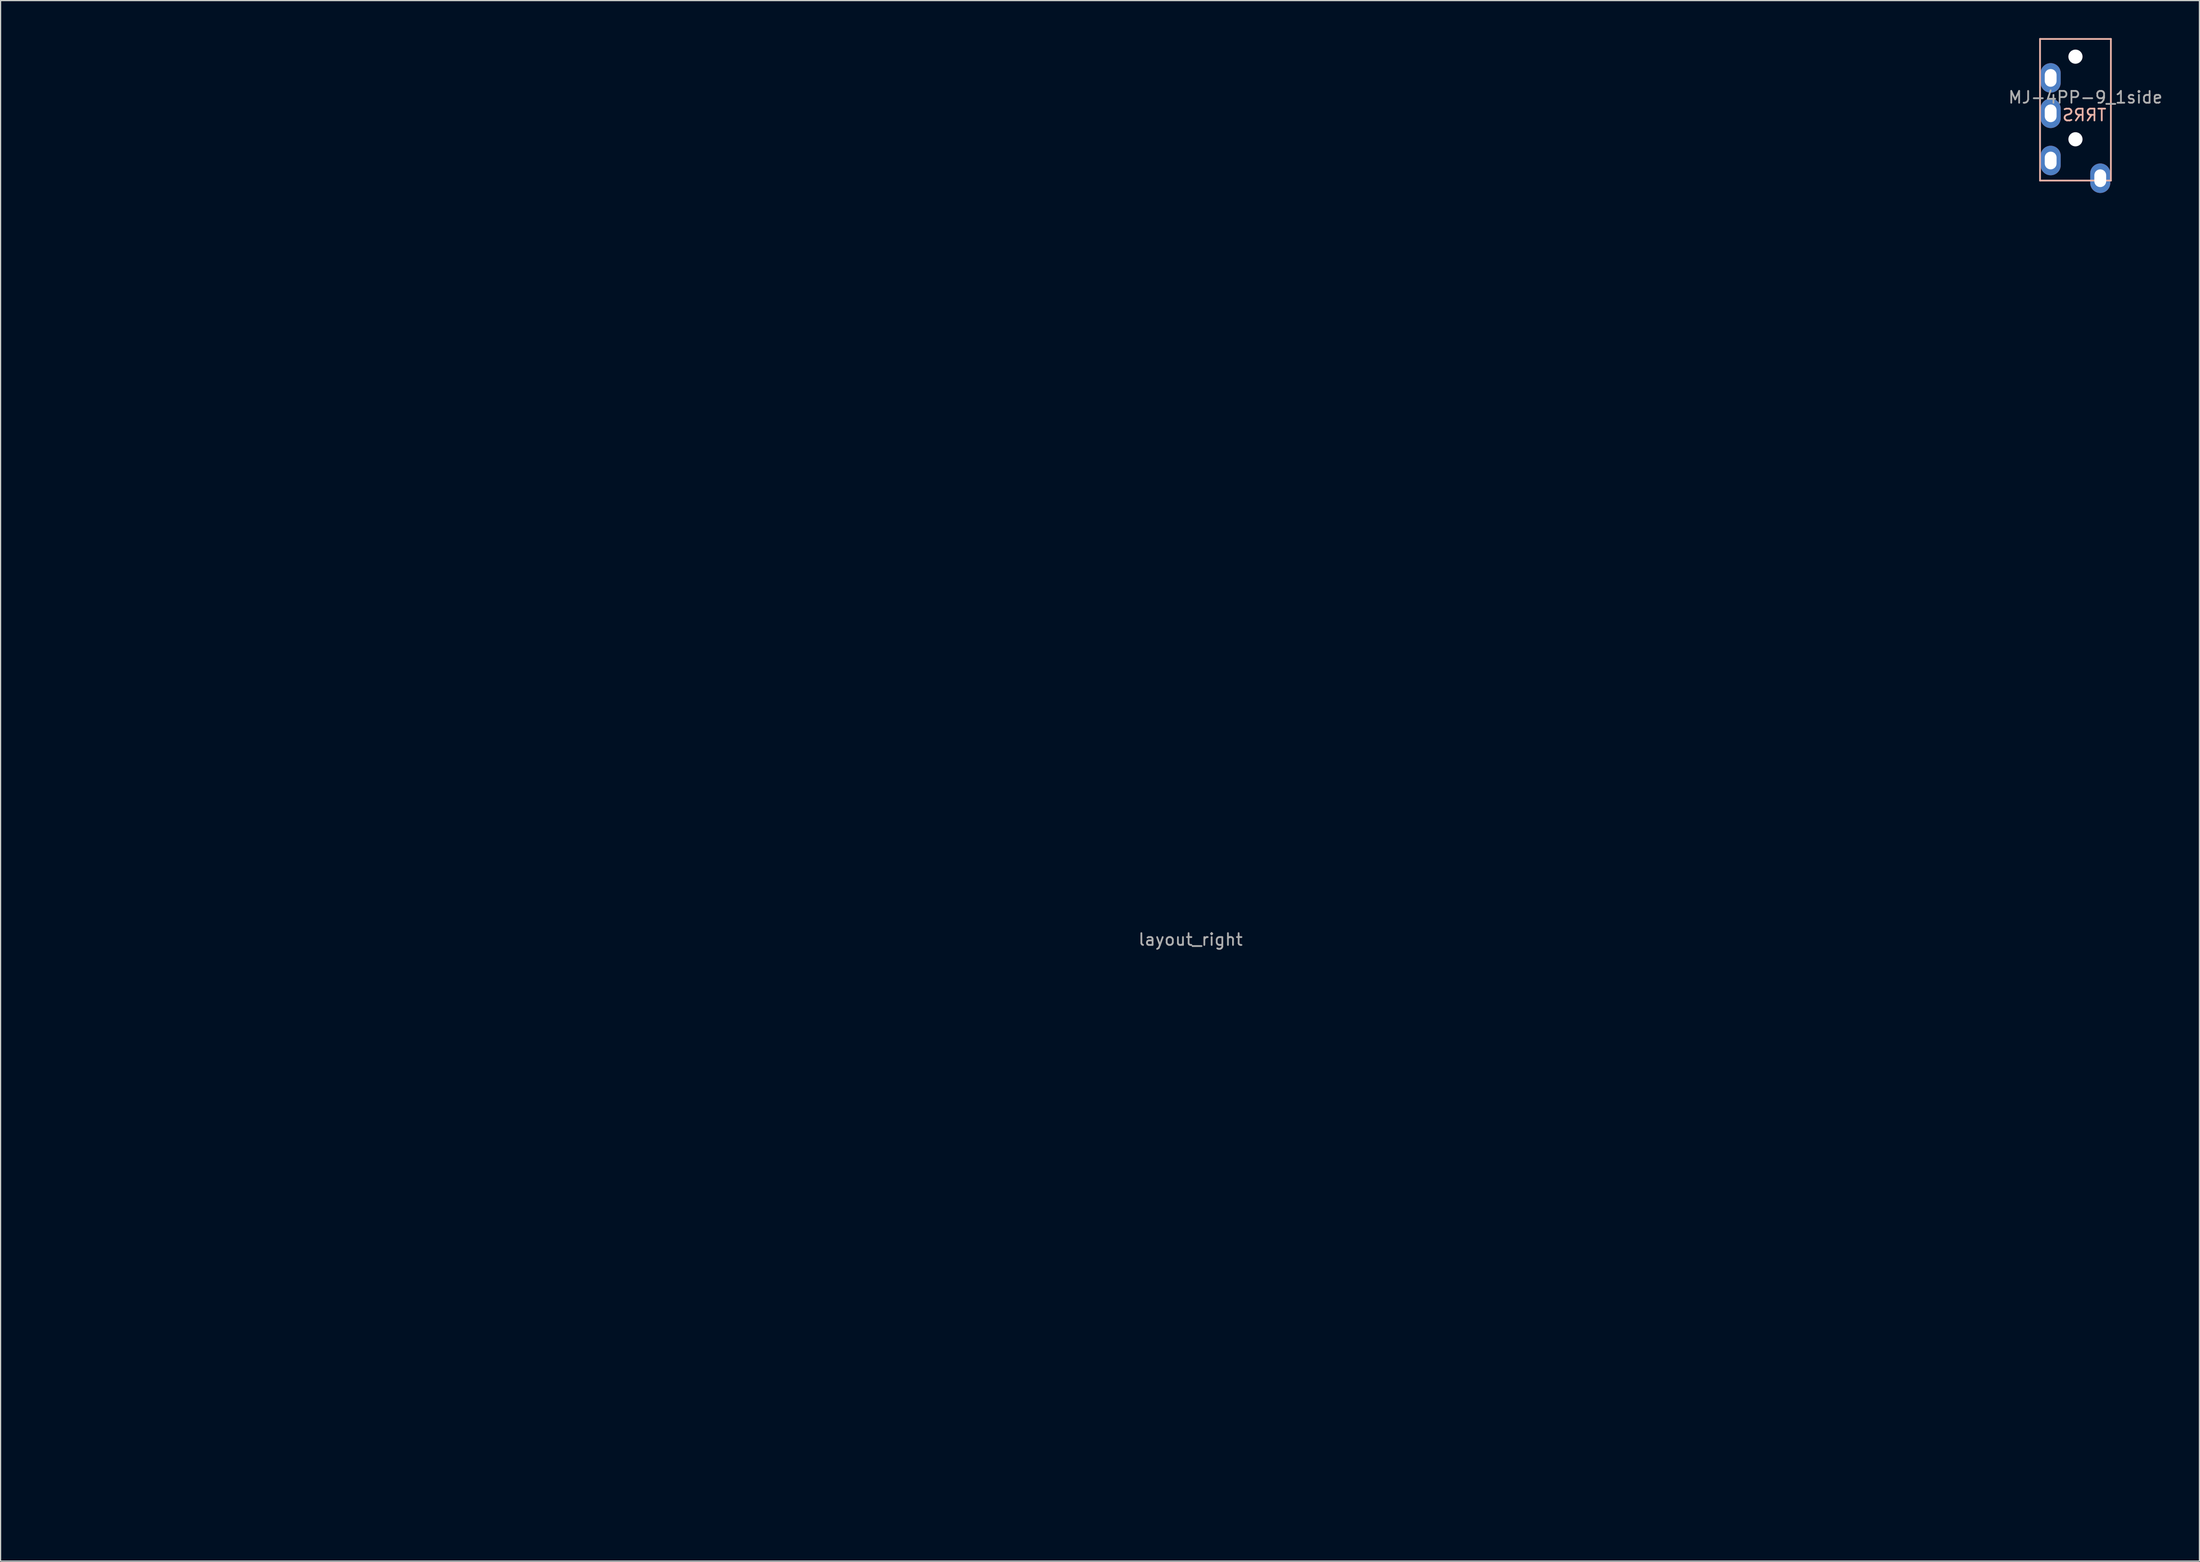
<source format=kicad_pcb>
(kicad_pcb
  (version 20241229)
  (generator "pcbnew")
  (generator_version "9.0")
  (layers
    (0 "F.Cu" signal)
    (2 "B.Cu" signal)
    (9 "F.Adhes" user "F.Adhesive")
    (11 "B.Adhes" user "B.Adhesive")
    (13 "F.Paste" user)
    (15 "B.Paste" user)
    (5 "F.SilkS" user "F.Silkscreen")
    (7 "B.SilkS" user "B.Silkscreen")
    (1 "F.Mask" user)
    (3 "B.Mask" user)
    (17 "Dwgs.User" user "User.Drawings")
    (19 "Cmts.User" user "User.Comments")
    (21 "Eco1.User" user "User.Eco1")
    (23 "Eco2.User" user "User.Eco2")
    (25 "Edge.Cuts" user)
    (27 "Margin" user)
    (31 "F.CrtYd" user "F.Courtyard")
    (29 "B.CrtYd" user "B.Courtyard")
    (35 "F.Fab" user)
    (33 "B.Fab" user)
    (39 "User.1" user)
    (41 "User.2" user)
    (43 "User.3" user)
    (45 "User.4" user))
  (footprint "MJ-4PP-9_1side"
    (layer "F.Cu")
    (at 172.712 0.25)
    (property "Reference" "MJ-4PP-9_1side" (at 0.85 4.95 180) (layer "F.Fab") (effects (font (size 1 1) (thickness 0.15))))
    (attr through_hole)
    (fp_line (start -3 0) (end -3 12) (stroke (width 0.15) (type solid)) (layer "B.SilkS"))
    (fp_line (start -3 12) (end 3 12) (stroke (width 0.15) (type solid)) (layer "B.SilkS"))
    (fp_line (start 3 0) (end -3 0) (stroke (width 0.15) (type solid)) (layer "B.SilkS"))
    (fp_line (start 3 12) (end 3 0) (stroke (width 0.15) (type solid)) (layer "B.SilkS"))
    (fp_text user "TRRS" (at 0.75 6.45 180) (layer "B.SilkS") (effects (font (size 1 1) (thickness 0.15)) (justify mirror)))
    (pad "" np_thru_hole circle (at 0 1.5 180) (size 1.2 1.2) (drill 1.2) (layers "*.Cu" "*.Mask"))
    (pad "" np_thru_hole circle (at 0 8.5 180) (size 1.2 1.2) (drill 1.2) (layers "*.Cu" "*.Mask"))
    (pad "A" thru_hole oval (at 2.1 11.8 180) (size 1.7 2.5) (drill oval 1 1.5) (layers "*.Cu" "*.Mask"))
    (pad "B" thru_hole oval (at -2.1 3.3 180) (size 1.7 2.5) (drill oval 1 1.5) (layers "*.Cu" "*.Mask"))
    (pad "C" thru_hole oval (at -2.1 6.3 180) (size 1.7 2.5) (drill oval 1 1.5) (layers "*.Cu" "*.Mask"))
    (pad "D" thru_hole oval (at -2.1 10.3 180) (size 1.7 2.5) (drill oval 1 1.5) (layers "*.Cu" "*.Mask")))
  (footprint "layout_right"
    (layer "F.Cu")
    (at 97.773 77.153)
    (property "Reference" "layout_right" (at 0 -0.595 0) (layer "F.Fab") (effects (font (size 1 1) (thickness 0.15))))
    (attr exclude_from_pos_files exclude_from_bom)
    (fp_line (start -97.713 19.821) (end -85.468 34.414) (stroke (width 0.12) (type solid)) (layer "Eco1.User"))
    (fp_line (start -88.274 -61.81) (end -84.966 -43.05) (stroke (width 0.12) (type solid)) (layer "Eco1.User"))
    (fp_line (start -85.468 34.414) (end -73.223 49.007) (stroke (width 0.12) (type solid)) (layer "Eco1.User"))
    (fp_line (start -85.468 34.414) (end -70.875 22.169) (stroke (width 0.12) (type solid)) (layer "Eco1.User"))
    (fp_line (start -84.966 -43.05) (end -75.586 -44.704) (stroke (width 0.12) (type solid)) (layer "Eco1.User"))
    (fp_line (start -83.12 7.576) (end -97.713 19.821) (stroke (width 0.12) (type solid)) (layer "Eco1.User"))
    (fp_line (start -83.12 7.576) (end -70.875 22.169) (stroke (width 0.12) (type solid)) (layer "Eco1.User"))
    (fp_line (start -78.35 -5.529) (end -75.042 13.232) (stroke (width 0.12) (type solid)) (layer "Eco1.User"))
    (fp_line (start -75.586 -44.704) (end -72.278 -25.943) (stroke (width 0.12) (type solid)) (layer "Eco1.User"))
    (fp_line (start -75.042 13.232) (end -56.282 9.924) (stroke (width 0.12) (type solid)) (layer "Eco1.User"))
    (fp_line (start -73.223 49.007) (end -58.63 36.762) (stroke (width 0.12) (type solid)) (layer "Eco1.User"))
    (fp_line (start -72.278 -25.943) (end -68.97 -7.183) (stroke (width 0.12) (type solid)) (layer "Eco1.User"))
    (fp_line (start -70.875 22.169) (end -58.63 36.762) (stroke (width 0.12) (type solid)) (layer "Eco1.User"))
    (fp_line (start -69.514 -65.118) (end -88.274 -61.81) (stroke (width 0.12) (type solid)) (layer "Eco1.User"))
    (fp_line (start -69.514 -65.118) (end -66.206 -46.358) (stroke (width 0.12) (type solid)) (layer "Eco1.User"))
    (fp_line (start -59.59 -8.837) (end -78.35 -5.529) (stroke (width 0.12) (type solid)) (layer "Eco1.User"))
    (fp_line (start -59.59 -8.837) (end -56.282 9.924) (stroke (width 0.12) (type solid)) (layer "Eco1.User"))
    (fp_line (start -58.63 36.762) (end -44.037 24.517) (stroke (width 0.12) (type solid)) (layer "Eco1.User"))
    (fp_line (start -56.825 -48.012) (end -75.586 -44.704) (stroke (width 0.12) (type solid)) (layer "Eco1.User"))
    (fp_line (start -56.825 -48.012) (end -53.517 -29.251) (stroke (width 0.12) (type solid)) (layer "Eco1.User"))
    (fp_line (start -56.282 9.924) (end -70.875 22.169) (stroke (width 0.12) (type solid)) (layer "Eco1.User"))
    (fp_line (start -56.282 9.924) (end -44.037 24.517) (stroke (width 0.12) (type solid)) (layer "Eco1.User"))
    (fp_line (start -56.282 9.924) (end -37.521 6.616) (stroke (width 0.12) (type solid)) (layer "Eco1.User"))
    (fp_line (start -53.517 -29.251) (end -72.278 -25.943) (stroke (width 0.12) (type solid)) (layer "Eco1.User"))
    (fp_line (start -53.517 -29.251) (end -50.209 -10.491) (stroke (width 0.12) (type solid)) (layer "Eco1.User"))
    (fp_line (start -50.753 -68.426) (end -69.514 -65.118) (stroke (width 0.12) (type solid)) (layer "Eco1.User"))
    (fp_line (start -50.753 -68.426) (end -47.445 -49.666) (stroke (width 0.12) (type solid)) (layer "Eco1.User"))
    (fp_line (start -46.901 8.27) (end -43.593 27.031) (stroke (width 0.12) (type solid)) (layer "Eco1.User"))
    (fp_line (start -43.593 27.031) (end -20.143 22.896) (stroke (width 0.12) (type solid)) (layer "Eco1.User"))
    (fp_line (start -40.829 -12.145) (end -59.59 -8.837) (stroke (width 0.12) (type solid)) (layer "Eco1.User"))
    (fp_line (start -40.829 -12.145) (end -37.521 6.616) (stroke (width 0.12) (type solid)) (layer "Eco1.User"))
    (fp_line (start -38.065 -51.32) (end -56.825 -48.012) (stroke (width 0.12) (type solid)) (layer "Eco1.User"))
    (fp_line (start -38.065 -51.32) (end -34.757 -32.559) (stroke (width 0.12) (type solid)) (layer "Eco1.User"))
    (fp_line (start -37.521 6.616) (end -18.761 3.308) (stroke (width 0.12) (type solid)) (layer "Eco1.User"))
    (fp_line (start -34.757 -32.559) (end -53.517 -29.251) (stroke (width 0.12) (type solid)) (layer "Eco1.User"))
    (fp_line (start -34.757 -32.559) (end -31.449 -13.799) (stroke (width 0.12) (type solid)) (layer "Eco1.User"))
    (fp_line (start -31.993 -71.734) (end -50.753 -68.426) (stroke (width 0.12) (type solid)) (layer "Eco1.User"))
    (fp_line (start -31.993 -71.734) (end -28.685 -52.974) (stroke (width 0.12) (type solid)) (layer "Eco1.User"))
    (fp_line (start -23.451 4.135) (end -20.143 22.896) (stroke (width 0.12) (type solid)) (layer "Eco1.User"))
    (fp_line (start -22.069 -15.453) (end -40.829 -12.145) (stroke (width 0.12) (type solid)) (layer "Eco1.User"))
    (fp_line (start -22.069 -15.453) (end -18.761 3.308) (stroke (width 0.12) (type solid)) (layer "Eco1.User"))
    (fp_line (start -20.143 22.896) (end 3.308 18.761) (stroke (width 0.12) (type solid)) (layer "Eco1.User"))
    (fp_line (start -19.304 -54.628) (end -38.065 -51.32) (stroke (width 0.12) (type solid)) (layer "Eco1.User"))
    (fp_line (start -19.304 -54.628) (end -15.996 -35.867) (stroke (width 0.12) (type solid)) (layer "Eco1.User"))
    (fp_line (start -18.761 3.308) (end 0 0) (stroke (width 0.12) (type solid)) (layer "Eco1.User"))
    (fp_line (start -15.996 -35.867) (end -34.757 -32.559) (stroke (width 0.12) (type solid)) (layer "Eco1.User"))
    (fp_line (start -15.996 -35.867) (end -12.688 -17.107) (stroke (width 0.12) (type solid)) (layer "Eco1.User"))
    (fp_line (start -13.232 -75.042) (end -31.993 -71.734) (stroke (width 0.12) (type solid)) (layer "Eco1.User"))
    (fp_line (start -13.232 -75.042) (end -9.924 -56.282) (stroke (width 0.12) (type solid)) (layer "Eco1.User"))
    (fp_line (start -10.12 -77.093) (end -10.12 -58.043) (stroke (width 0.12) (type solid)) (layer "Eco1.User"))
    (fp_line (start -10.12 -58.043) (end 8.93 -58.043) (stroke (width 0.12) (type solid)) (layer "Eco1.User"))
    (fp_line (start -3.308 -18.761) (end -22.069 -15.453) (stroke (width 0.12) (type solid)) (layer "Eco1.User"))
    (fp_line (start -3.308 -18.761) (end 0 0) (stroke (width 0.12) (type solid)) (layer "Eco1.User"))
    (fp_line (start -0.544 -57.936) (end -19.304 -54.628) (stroke (width 0.12) (type solid)) (layer "Eco1.User"))
    (fp_line (start -0.544 -57.936) (end 2.764 -39.175) (stroke (width 0.12) (type solid)) (layer "Eco1.User"))
    (fp_line (start 0 -19.05) (end 0 0) (stroke (width 0.12) (type solid)) (layer "Eco1.User"))
    (fp_line (start 0 0) (end 3.308 18.761) (stroke (width 0.12) (type solid)) (layer "Eco1.User"))
    (fp_line (start 0 0) (end 19.05 0) (stroke (width 0.12) (type solid)) (layer "Eco1.User"))
    (fp_line (start 2.764 -39.175) (end -15.996 -35.867) (stroke (width 0.12) (type solid)) (layer "Eco1.User"))
    (fp_line (start 2.764 -39.175) (end 6.072 -20.415) (stroke (width 0.12) (type solid)) (layer "Eco1.User"))
    (fp_line (start 2.977 -57.15) (end 2.977 -38.1) (stroke (width 0.12) (type solid)) (layer "Eco1.User"))
    (fp_line (start 2.977 -38.1) (end 22.027 -38.1) (stroke (width 0.12) (type solid)) (layer "Eco1.User"))
    (fp_line (start 4.763 0) (end 4.763 19.05) (stroke (width 0.12) (type solid)) (layer "Eco1.User"))
    (fp_line (start 4.763 19.05) (end 23.812 19.05) (stroke (width 0.12) (type solid)) (layer "Eco1.User"))
    (fp_line (start 6.072 -20.415) (end -3.308 -18.761) (stroke (width 0.12) (type solid)) (layer "Eco1.User"))
    (fp_line (start 6.251 -38.1) (end 6.251 -19.05) (stroke (width 0.12) (type solid)) (layer "Eco1.User"))
    (fp_line (start 6.251 -19.05) (end 0 -19.05) (stroke (width 0.12) (type solid)) (layer "Eco1.User"))
    (fp_line (start 6.251 -19.05) (end 25.301 -19.05) (stroke (width 0.12) (type solid)) (layer "Eco1.User"))
    (fp_line (start 8.93 -77.093) (end -10.12 -77.093) (stroke (width 0.12) (type solid)) (layer "Eco1.User"))
    (fp_line (start 8.93 -77.093) (end 8.93 -58.043) (stroke (width 0.12) (type solid)) (layer "Eco1.User"))
    (fp_line (start 8.93 -76.2) (end 8.93 -57.15) (stroke (width 0.12) (type solid)) (layer "Eco1.User"))
    (fp_line (start 8.93 -57.15) (end 27.98 -57.15) (stroke (width 0.12) (type solid)) (layer "Eco1.User"))
    (fp_line (start 19.05 -19.05) (end 19.05 0) (stroke (width 0.12) (type solid)) (layer "Eco1.User"))
    (fp_line (start 22.027 -57.15) (end 2.977 -57.15) (stroke (width 0.12) (type solid)) (layer "Eco1.User"))
    (fp_line (start 22.027 -57.15) (end 22.027 -38.1) (stroke (width 0.12) (type solid)) (layer "Eco1.User"))
    (fp_line (start 22.027 -38.1) (end 41.077 -38.1) (stroke (width 0.12) (type solid)) (layer "Eco1.User"))
    (fp_line (start 23.812 0) (end 4.763 0) (stroke (width 0.12) (type solid)) (layer "Eco1.User"))
    (fp_line (start 23.812 0) (end 23.812 19.05) (stroke (width 0.12) (type solid)) (layer "Eco1.User"))
    (fp_line (start 23.812 0) (end 47.625 0) (stroke (width 0.12) (type solid)) (layer "Eco1.User"))
    (fp_line (start 23.812 19.05) (end 47.625 19.05) (stroke (width 0.12) (type solid)) (layer "Eco1.User"))
    (fp_line (start 25.301 -38.1) (end 6.251 -38.1) (stroke (width 0.12) (type solid)) (layer "Eco1.User"))
    (fp_line (start 25.301 -38.1) (end 25.301 -19.05) (stroke (width 0.12) (type solid)) (layer "Eco1.User"))
    (fp_line (start 25.301 -19.05) (end 44.351 -19.05) (stroke (width 0.12) (type solid)) (layer "Eco1.User"))
    (fp_line (start 27.98 -76.2) (end 8.93 -76.2) (stroke (width 0.12) (type solid)) (layer "Eco1.User"))
    (fp_line (start 27.98 -76.2) (end 27.98 -57.15) (stroke (width 0.12) (type solid)) (layer "Eco1.User"))
    (fp_line (start 27.98 -57.15) (end 47.03 -57.15) (stroke (width 0.12) (type solid)) (layer "Eco1.User"))
    (fp_line (start 38.1 -19.05) (end 38.1 0) (stroke (width 0.12) (type solid)) (layer "Eco1.User"))
    (fp_line (start 41.077 -57.15) (end 22.027 -57.15) (stroke (width 0.12) (type solid)) (layer "Eco1.User"))
    (fp_line (start 41.077 -57.15) (end 41.077 -38.1) (stroke (width 0.12) (type solid)) (layer "Eco1.User"))
    (fp_line (start 41.077 -38.1) (end 60.127 -38.1) (stroke (width 0.12) (type solid)) (layer "Eco1.User"))
    (fp_line (start 44.351 -38.1) (end 25.301 -38.1) (stroke (width 0.12) (type solid)) (layer "Eco1.User"))
    (fp_line (start 44.351 -38.1) (end 44.351 -19.05) (stroke (width 0.12) (type solid)) (layer "Eco1.User"))
    (fp_line (start 44.351 -19.05) (end 63.401 -19.05) (stroke (width 0.12) (type solid)) (layer "Eco1.User"))
    (fp_line (start 47.03 -76.2) (end 27.98 -76.2) (stroke (width 0.12) (type solid)) (layer "Eco1.User"))
    (fp_line (start 47.03 -76.2) (end 47.03 -57.15) (stroke (width 0.12) (type solid)) (layer "Eco1.User"))
    (fp_line (start 47.03 -57.15) (end 66.08 -57.15) (stroke (width 0.12) (type solid)) (layer "Eco1.User"))
    (fp_line (start 47.625 0) (end 47.625 19.05) (stroke (width 0.12) (type solid)) (layer "Eco1.User"))
    (fp_line (start 57.15 -19.05) (end 57.15 0) (stroke (width 0.12) (type solid)) (layer "Eco1.User"))
    (fp_line (start 57.15 0) (end 47.625 0) (stroke (width 0.12) (type solid)) (layer "Eco1.User"))
    (fp_line (start 60.127 -57.15) (end 41.077 -57.15) (stroke (width 0.12) (type solid)) (layer "Eco1.User"))
    (fp_line (start 60.127 -57.15) (end 60.127 -38.1) (stroke (width 0.12) (type solid)) (layer "Eco1.User"))
    (fp_line (start 63.401 -38.1) (end 44.351 -38.1) (stroke (width 0.12) (type solid)) (layer "Eco1.User"))
    (fp_line (start 63.401 -38.1) (end 63.401 -19.05) (stroke (width 0.12) (type solid)) (layer "Eco1.User"))
    (fp_line (start 66.08 -76.2) (end 47.03 -76.2) (stroke (width 0.12) (type solid)) (layer "Eco1.User"))
    (fp_line (start 66.08 -76.2) (end 66.08 -57.15) (stroke (width 0.12) (type solid)) (layer "Eco1.User")))
  (gr_rect
    (start -3 -3)
    (end 183.21 129.22)
    (stroke (width 0.1) (type default))
    (fill no)
    (layer "Edge.Cuts")))
</source>
